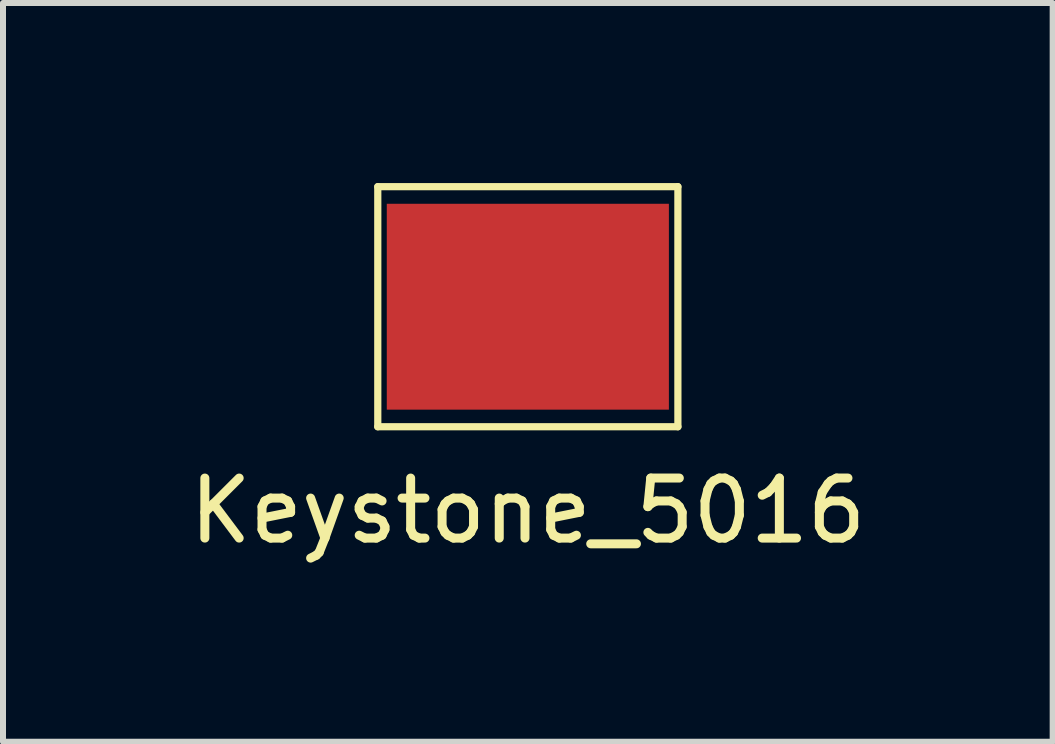
<source format=kicad_pcb>
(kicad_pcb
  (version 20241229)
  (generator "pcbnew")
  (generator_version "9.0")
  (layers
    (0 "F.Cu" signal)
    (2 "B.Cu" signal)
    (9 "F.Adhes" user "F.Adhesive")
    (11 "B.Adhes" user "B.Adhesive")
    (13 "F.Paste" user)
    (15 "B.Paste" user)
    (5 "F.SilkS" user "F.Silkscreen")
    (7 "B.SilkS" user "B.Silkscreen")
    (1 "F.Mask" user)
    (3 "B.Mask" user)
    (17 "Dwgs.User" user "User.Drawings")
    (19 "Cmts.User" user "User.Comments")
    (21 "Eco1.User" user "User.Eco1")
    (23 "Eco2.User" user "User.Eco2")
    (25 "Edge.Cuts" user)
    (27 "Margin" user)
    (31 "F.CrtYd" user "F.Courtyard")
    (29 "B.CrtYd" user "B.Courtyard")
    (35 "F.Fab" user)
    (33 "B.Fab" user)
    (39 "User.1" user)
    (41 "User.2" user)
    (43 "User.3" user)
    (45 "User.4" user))
  (footprint "Keystone_5016"
    (layer "F.Cu")
    (at 5.744 2.06)
    (property "Reference" "Keystone_5016" (at 0 3.4 0) (layer "F.SilkS") (effects (font (size 1 1) (thickness 0.15))))
    (attr through_hole)
    (fp_line (start -2.5 -2) (end 2.5 -2) (stroke (width 0.12) (type solid)) (layer "F.SilkS"))
    (fp_line (start -2.5 2) (end -2.5 -2) (stroke (width 0.12) (type solid)) (layer "F.SilkS"))
    (fp_line (start 2.5 -2) (end 2.5 2) (stroke (width 0.12) (type solid)) (layer "F.SilkS"))
    (fp_line (start 2.5 2) (end -2.5 2) (stroke (width 0.12) (type solid)) (layer "F.SilkS"))
    (pad "1" smd rect (at 0 0) (size 4.7 3.43) (layers "F.Cu" "F.Mask" "F.Paste")))
  (gr_rect
    (start -3 -3)
    (end 14.488 9.308)
    (stroke (width 0.1) (type default))
    (fill no)
    (layer "Edge.Cuts")))
</source>
